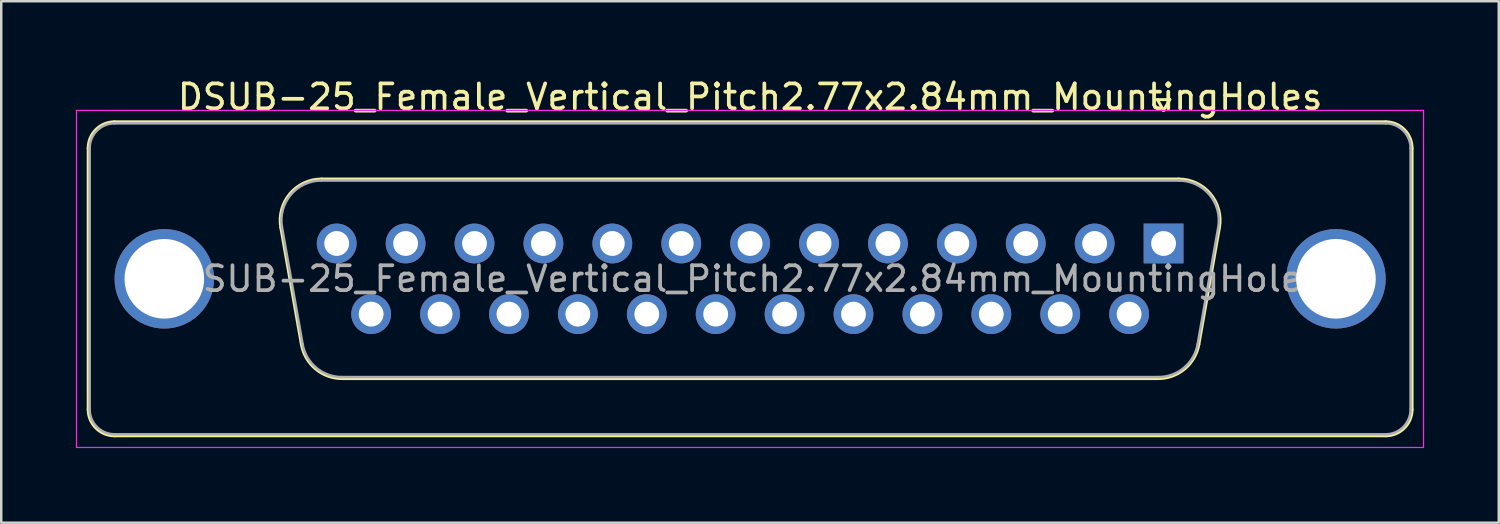
<source format=kicad_pcb>
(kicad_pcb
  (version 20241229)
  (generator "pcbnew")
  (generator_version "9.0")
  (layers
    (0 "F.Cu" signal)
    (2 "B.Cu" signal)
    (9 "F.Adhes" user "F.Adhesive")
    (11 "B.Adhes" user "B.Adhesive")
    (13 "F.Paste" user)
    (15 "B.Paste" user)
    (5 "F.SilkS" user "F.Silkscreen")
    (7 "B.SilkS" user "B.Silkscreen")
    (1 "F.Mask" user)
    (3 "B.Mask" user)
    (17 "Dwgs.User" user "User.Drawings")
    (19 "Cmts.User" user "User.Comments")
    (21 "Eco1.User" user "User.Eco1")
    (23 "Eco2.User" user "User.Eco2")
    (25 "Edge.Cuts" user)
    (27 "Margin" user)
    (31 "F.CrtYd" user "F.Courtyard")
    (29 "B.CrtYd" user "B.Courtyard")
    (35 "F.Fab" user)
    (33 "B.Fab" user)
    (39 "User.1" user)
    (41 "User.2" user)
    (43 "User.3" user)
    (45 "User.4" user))
  (footprint "DSUB-25_Female_Vertical_Pitch2.77x2.84mm_MountingHoles"
    (layer "F.Cu")
    (at 43.725 6.738)
    (property "Reference" "DSUB-25_Female_Vertical_Pitch2.77x2.84mm_MountingHoles" (at -16.62 -5.89 0) (layer "F.SilkS") (effects (font (size 1 1) (thickness 0.15))))
    (attr through_hole)
    (fp_line (start -43.23 6.67) (end -43.23 -3.83) (stroke (width 0.12) (type solid)) (layer "F.SilkS"))
    (fp_line (start -42.17 -4.89) (end 8.93 -4.89) (stroke (width 0.12) (type solid)) (layer "F.SilkS"))
    (fp_line (start -35.486 -0.642) (end -34.658 4.058) (stroke (width 0.12) (type solid)) (layer "F.SilkS"))
    (fp_line (start -33.852 -2.59) (end 0.612 -2.59) (stroke (width 0.12) (type solid)) (layer "F.SilkS"))
    (fp_line (start -33.023 5.43) (end -0.217 5.43) (stroke (width 0.12) (type solid)) (layer "F.SilkS"))
    (fp_line (start -0.25 -5.784) (end 0.25 -5.784) (stroke (width 0.12) (type solid)) (layer "F.SilkS"))
    (fp_line (start 0 -5.351) (end -0.25 -5.784) (stroke (width 0.12) (type solid)) (layer "F.SilkS"))
    (fp_line (start 0.25 -5.784) (end 0 -5.351) (stroke (width 0.12) (type solid)) (layer "F.SilkS"))
    (fp_line (start 2.246 -0.642) (end 1.418 4.058) (stroke (width 0.12) (type solid)) (layer "F.SilkS"))
    (fp_line (start 8.93 7.73) (end -42.17 7.73) (stroke (width 0.12) (type solid)) (layer "F.SilkS"))
    (fp_line (start 9.99 -3.83) (end 9.99 6.67) (stroke (width 0.12) (type solid)) (layer "F.SilkS"))
    (fp_arc (start -43.23 -3.83) (mid -42.919533 -4.579533) (end -42.17 -4.89) (stroke (width 0.12) (type solid)) (layer "F.SilkS"))
    (fp_arc (start -42.17 7.73) (mid -42.919533 7.419533) (end -43.23 6.67) (stroke (width 0.12) (type solid)) (layer "F.SilkS"))
    (fp_arc (start -35.48647 -0.641744) (mid -35.123323 -1.997028) (end -33.851689 -2.59) (stroke (width 0.12) (type solid)) (layer "F.SilkS"))
    (fp_arc (start -33.022952 5.43) (mid -34.089979 5.041634) (end -34.657733 4.058256) (stroke (width 0.12) (type solid)) (layer "F.SilkS"))
    (fp_arc (start 0.611689 -2.59) (mid 1.883323 -1.997027) (end 2.24647 -0.641744) (stroke (width 0.12) (type solid)) (layer "F.SilkS"))
    (fp_arc (start 1.417733 4.058256) (mid 0.84998 5.041634) (end -0.217048 5.43) (stroke (width 0.12) (type solid)) (layer "F.SilkS"))
    (fp_arc (start 8.93 -4.89) (mid 9.679533 -4.579533) (end 9.99 -3.83) (stroke (width 0.12) (type solid)) (layer "F.SilkS"))
    (fp_arc (start 9.99 6.67) (mid 9.679533 7.419533) (end 8.93 7.73) (stroke (width 0.12) (type solid)) (layer "F.SilkS"))
    (fp_line (start -43.7 -5.35) (end -43.7 8.2) (stroke (width 0.05) (type solid)) (layer "F.CrtYd"))
    (fp_line (start -43.7 8.2) (end 10.45 8.2) (stroke (width 0.05) (type solid)) (layer "F.CrtYd"))
    (fp_line (start 10.45 -5.35) (end -43.7 -5.35) (stroke (width 0.05) (type solid)) (layer "F.CrtYd"))
    (fp_line (start 10.45 8.2) (end 10.45 -5.35) (stroke (width 0.05) (type solid)) (layer "F.CrtYd"))
    (fp_line (start -43.17 6.67) (end -43.17 -3.83) (stroke (width 0.1) (type solid)) (layer "F.Fab"))
    (fp_line (start -42.17 -4.83) (end 8.93 -4.83) (stroke (width 0.1) (type solid)) (layer "F.Fab"))
    (fp_line (start -35.439 -0.652) (end -34.61 4.048) (stroke (width 0.1) (type solid)) (layer "F.Fab"))
    (fp_line (start -33.863 -2.53) (end 0.623 -2.53) (stroke (width 0.1) (type solid)) (layer "F.Fab"))
    (fp_line (start -33.034 5.37) (end -0.206 5.37) (stroke (width 0.1) (type solid)) (layer "F.Fab"))
    (fp_line (start 2.199 -0.652) (end 1.37 4.048) (stroke (width 0.1) (type solid)) (layer "F.Fab"))
    (fp_line (start 8.93 7.67) (end -42.17 7.67) (stroke (width 0.1) (type solid)) (layer "F.Fab"))
    (fp_line (start 9.93 -3.83) (end 9.93 6.67) (stroke (width 0.1) (type solid)) (layer "F.Fab"))
    (fp_arc (start -43.17 -3.83) (mid -42.877107 -4.537107) (end -42.17 -4.83) (stroke (width 0.1) (type solid)) (layer "F.Fab"))
    (fp_arc (start -42.17 7.67) (mid -42.877107 7.377107) (end -43.17 6.67) (stroke (width 0.1) (type solid)) (layer "F.Fab"))
    (fp_arc (start -35.438886 -0.652163) (mid -35.088865 -1.95846) (end -33.863194 -2.53) (stroke (width 0.1) (type solid)) (layer "F.Fab"))
    (fp_arc (start -33.034457 5.37) (mid -34.062917 4.995671) (end -34.610149 4.047837) (stroke (width 0.1) (type solid)) (layer "F.Fab"))
    (fp_arc (start 0.623194 -2.53) (mid 1.848865 -1.95846) (end 2.198886 -0.652163) (stroke (width 0.1) (type solid)) (layer "F.Fab"))
    (fp_arc (start 1.370149 4.047837) (mid 0.822917 4.995671) (end -0.205543 5.37) (stroke (width 0.1) (type solid)) (layer "F.Fab"))
    (fp_arc (start 8.93 -4.83) (mid 9.637107 -4.537107) (end 9.93 -3.83) (stroke (width 0.1) (type solid)) (layer "F.Fab"))
    (fp_arc (start 9.93 6.67) (mid 9.637107 7.377107) (end 8.93 7.67) (stroke (width 0.1) (type solid)) (layer "F.Fab"))
    (fp_text user "${REFERENCE}" (at -16.62 1.42 0) (layer "F.Fab") (effects (font (size 1 1) (thickness 0.15))))
    (pad "0" thru_hole circle (at -40.17 1.42) (size 4 4) (drill 3.2) (layers "*.Cu" "*.Mask"))
    (pad "0" thru_hole circle (at 6.93 1.42) (size 4 4) (drill 3.2) (layers "*.Cu" "*.Mask"))
    (pad "1" thru_hole rect (at 0 0) (size 1.6 1.6) (drill 1) (layers "*.Cu" "*.Mask"))
    (pad "2" thru_hole circle (at -2.77 0) (size 1.6 1.6) (drill 1) (layers "*.Cu" "*.Mask"))
    (pad "3" thru_hole circle (at -5.54 0) (size 1.6 1.6) (drill 1) (layers "*.Cu" "*.Mask"))
    (pad "4" thru_hole circle (at -8.31 0) (size 1.6 1.6) (drill 1) (layers "*.Cu" "*.Mask"))
    (pad "5" thru_hole circle (at -11.08 0) (size 1.6 1.6) (drill 1) (layers "*.Cu" "*.Mask"))
    (pad "6" thru_hole circle (at -13.85 0) (size 1.6 1.6) (drill 1) (layers "*.Cu" "*.Mask"))
    (pad "7" thru_hole circle (at -16.62 0) (size 1.6 1.6) (drill 1) (layers "*.Cu" "*.Mask"))
    (pad "8" thru_hole circle (at -19.39 0) (size 1.6 1.6) (drill 1) (layers "*.Cu" "*.Mask"))
    (pad "9" thru_hole circle (at -22.16 0) (size 1.6 1.6) (drill 1) (layers "*.Cu" "*.Mask"))
    (pad "10" thru_hole circle (at -24.93 0) (size 1.6 1.6) (drill 1) (layers "*.Cu" "*.Mask"))
    (pad "11" thru_hole circle (at -27.7 0) (size 1.6 1.6) (drill 1) (layers "*.Cu" "*.Mask"))
    (pad "12" thru_hole circle (at -30.47 0) (size 1.6 1.6) (drill 1) (layers "*.Cu" "*.Mask"))
    (pad "13" thru_hole circle (at -33.24 0) (size 1.6 1.6) (drill 1) (layers "*.Cu" "*.Mask"))
    (pad "14" thru_hole circle (at -1.385 2.84) (size 1.6 1.6) (drill 1) (layers "*.Cu" "*.Mask"))
    (pad "15" thru_hole circle (at -4.155 2.84) (size 1.6 1.6) (drill 1) (layers "*.Cu" "*.Mask"))
    (pad "16" thru_hole circle (at -6.925 2.84) (size 1.6 1.6) (drill 1) (layers "*.Cu" "*.Mask"))
    (pad "17" thru_hole circle (at -9.695 2.84) (size 1.6 1.6) (drill 1) (layers "*.Cu" "*.Mask"))
    (pad "18" thru_hole circle (at -12.465 2.84) (size 1.6 1.6) (drill 1) (layers "*.Cu" "*.Mask"))
    (pad "19" thru_hole circle (at -15.235 2.84) (size 1.6 1.6) (drill 1) (layers "*.Cu" "*.Mask"))
    (pad "20" thru_hole circle (at -18.005 2.84) (size 1.6 1.6) (drill 1) (layers "*.Cu" "*.Mask"))
    (pad "21" thru_hole circle (at -20.775 2.84) (size 1.6 1.6) (drill 1) (layers "*.Cu" "*.Mask"))
    (pad "22" thru_hole circle (at -23.545 2.84) (size 1.6 1.6) (drill 1) (layers "*.Cu" "*.Mask"))
    (pad "23" thru_hole circle (at -26.315 2.84) (size 1.6 1.6) (drill 1) (layers "*.Cu" "*.Mask"))
    (pad "24" thru_hole circle (at -29.085 2.84) (size 1.6 1.6) (drill 1) (layers "*.Cu" "*.Mask"))
    (pad "25" thru_hole circle (at -31.855 2.84) (size 1.6 1.6) (drill 1) (layers "*.Cu" "*.Mask")))
  (gr_rect
    (start -3 -3)
    (end 57.2 17.963)
    (stroke (width 0.1) (type default))
    (fill no)
    (layer "Edge.Cuts")))
</source>
